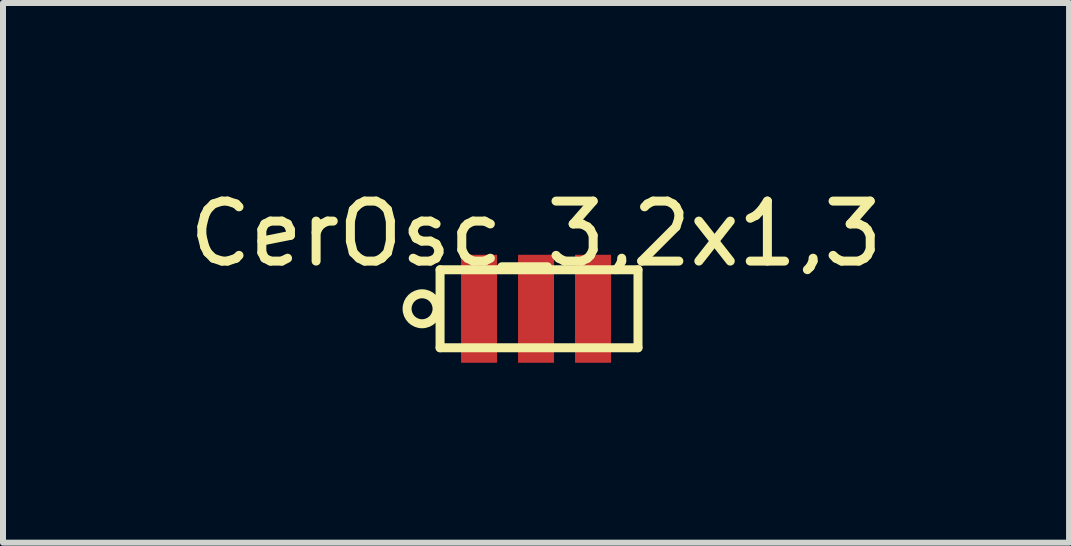
<source format=kicad_pcb>
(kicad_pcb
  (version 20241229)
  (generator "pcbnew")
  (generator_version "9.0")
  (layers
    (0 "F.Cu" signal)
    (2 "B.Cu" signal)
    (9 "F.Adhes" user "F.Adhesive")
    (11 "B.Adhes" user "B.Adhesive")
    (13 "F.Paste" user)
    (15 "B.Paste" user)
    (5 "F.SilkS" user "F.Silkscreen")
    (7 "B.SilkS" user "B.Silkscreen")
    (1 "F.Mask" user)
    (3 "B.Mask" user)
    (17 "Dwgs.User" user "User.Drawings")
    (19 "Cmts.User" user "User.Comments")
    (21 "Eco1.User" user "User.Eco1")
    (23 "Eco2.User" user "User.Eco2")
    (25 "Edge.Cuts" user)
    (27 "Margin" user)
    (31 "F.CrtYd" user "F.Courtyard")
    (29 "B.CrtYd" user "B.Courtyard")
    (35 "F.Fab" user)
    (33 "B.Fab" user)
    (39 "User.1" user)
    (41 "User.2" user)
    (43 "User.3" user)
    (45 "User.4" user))
  (footprint "CerOsc_3,2x1,3"
    (layer "F.Cu")
    (at 5.887 2.098)
    (property "Reference" "CerOsc_3,2x1,3" (at 0 -1.25 0) (layer "F.SilkS") (effects (font (size 1 1) (thickness 0.15))))
    (attr through_hole)
    (fp_line (start -1.6 -0.65) (end -1.6 0.65) (stroke (width 0.15) (type solid)) (layer "F.SilkS"))
    (fp_line (start -1.6 0.65) (end 1.7 0.65) (stroke (width 0.15) (type solid)) (layer "F.SilkS"))
    (fp_line (start 1.7 -0.65) (end -1.6 -0.65) (stroke (width 0.15) (type solid)) (layer "F.SilkS"))
    (fp_line (start 1.7 0.65) (end 1.7 -0.65) (stroke (width 0.15) (type solid)) (layer "F.SilkS"))
    (fp_circle (center -1.9 0) (end -1.65 0) (stroke (width 0.15) (type solid)) (fill no) (layer "F.SilkS"))
    (pad "1" smd rect (at -0.95 0) (size 0.6 1.8) (layers "F.Cu" "F.Mask" "F.Paste"))
    (pad "2" smd rect (at 0 0) (size 0.6 1.8) (layers "F.Cu" "F.Mask" "F.Paste"))
    (pad "3" smd rect (at 0.95 0) (size 0.6 1.8) (layers "F.Cu" "F.Mask" "F.Paste")))
  (gr_rect
    (start -3 -3)
    (end 14.774 5.998)
    (stroke (width 0.1) (type default))
    (fill no)
    (layer "Edge.Cuts")))
</source>
